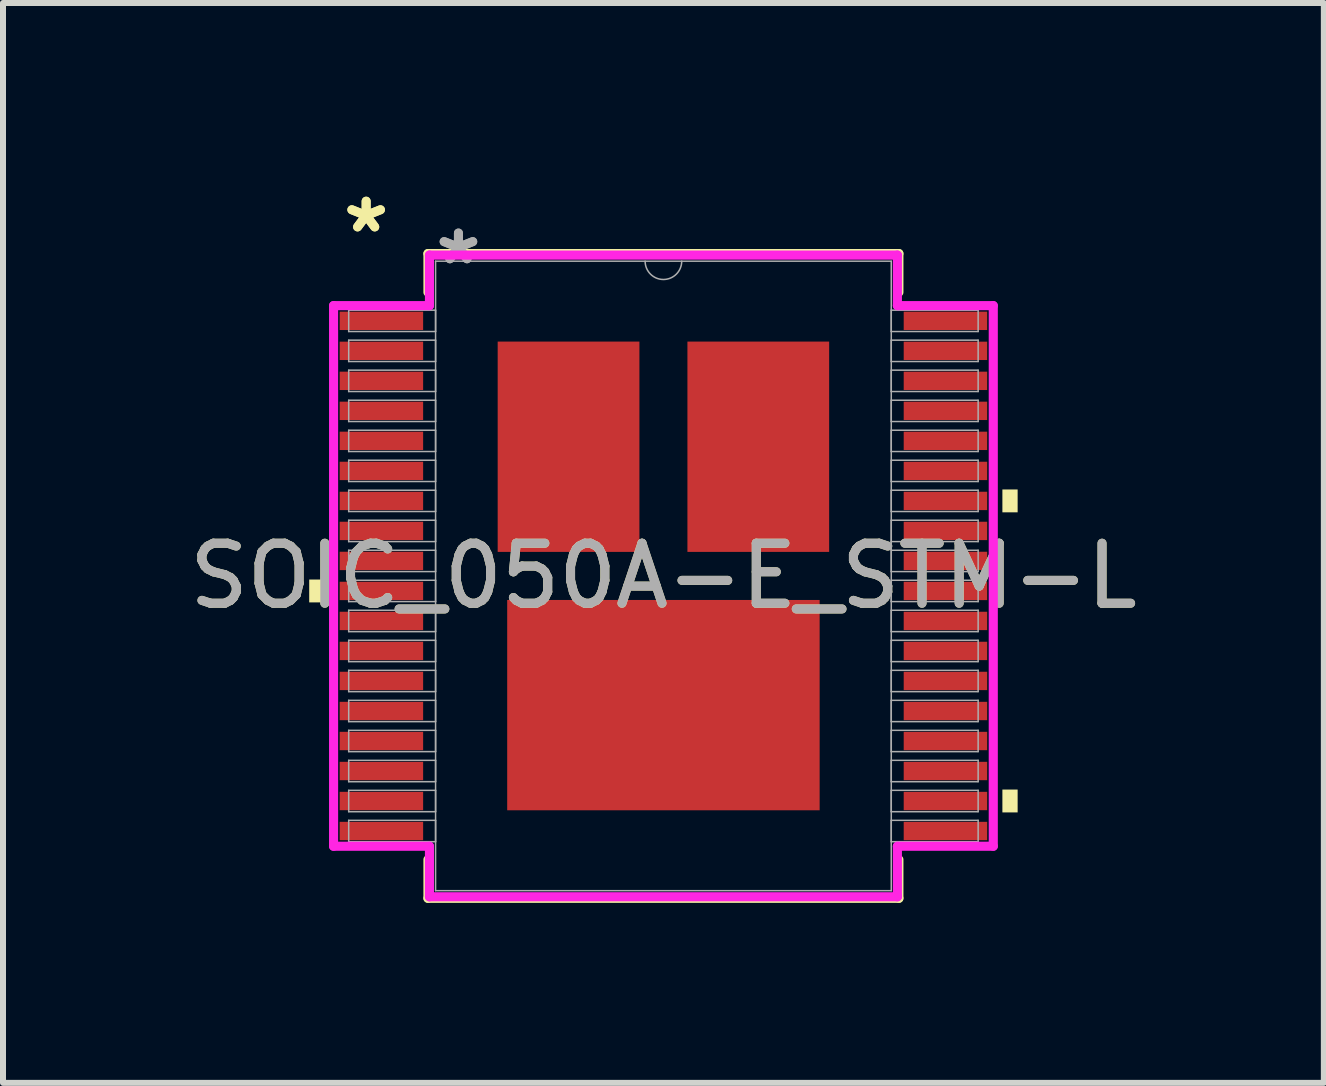
<source format=kicad_pcb>
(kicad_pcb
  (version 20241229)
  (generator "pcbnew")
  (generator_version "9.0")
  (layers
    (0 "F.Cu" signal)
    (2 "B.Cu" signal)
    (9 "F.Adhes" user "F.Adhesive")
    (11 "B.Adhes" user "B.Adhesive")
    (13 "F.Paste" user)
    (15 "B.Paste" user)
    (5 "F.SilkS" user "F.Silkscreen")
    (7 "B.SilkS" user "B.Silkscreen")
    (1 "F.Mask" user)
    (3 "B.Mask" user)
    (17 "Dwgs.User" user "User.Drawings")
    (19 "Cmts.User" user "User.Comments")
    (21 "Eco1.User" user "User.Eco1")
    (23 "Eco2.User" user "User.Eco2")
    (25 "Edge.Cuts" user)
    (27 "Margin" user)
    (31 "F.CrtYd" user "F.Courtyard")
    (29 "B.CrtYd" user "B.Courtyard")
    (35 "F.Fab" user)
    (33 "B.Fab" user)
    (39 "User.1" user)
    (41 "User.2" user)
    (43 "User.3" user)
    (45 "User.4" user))
  (footprint "SOIC_050A-E_STM-L"
    (layer "F.Cu")
    (at 8.006 6.548)
    (property "Reference" "SOIC_050A-E_STM-L" (at 0 0 0) (unlocked yes) (layer "F.SilkS") (effects (font (size 1 1) (thickness 0.15))))
    (attr smd)
    (fp_line (start -3.924 -5.372) (end -3.924 -4.727) (stroke (width 0.152) (type solid)) (layer "F.SilkS"))
    (fp_line (start -3.924 4.727) (end -3.924 5.372) (stroke (width 0.152) (type solid)) (layer "F.SilkS"))
    (fp_line (start -3.924 5.372) (end 3.924 5.372) (stroke (width 0.152) (type solid)) (layer "F.SilkS"))
    (fp_line (start 3.924 -5.372) (end -3.924 -5.372) (stroke (width 0.152) (type solid)) (layer "F.SilkS"))
    (fp_line (start 3.924 -4.727) (end 3.924 -5.372) (stroke (width 0.152) (type solid)) (layer "F.SilkS"))
    (fp_line (start 3.924 5.372) (end 3.924 4.727) (stroke (width 0.152) (type solid)) (layer "F.SilkS"))
    (fp_poly (pts (xy -5.903 0.06) (xy -5.903 0.441) (xy -5.649 0.441) (xy -5.649 0.06)) (stroke (width 0) (type solid)) (fill yes) (layer "F.SilkS"))
    (fp_poly (pts (xy 5.903 -1.441) (xy 5.903 -1.06) (xy 5.649 -1.06) (xy 5.649 -1.441)) (stroke (width 0) (type solid)) (fill yes) (layer "F.SilkS"))
    (fp_poly (pts (xy 5.903 3.56) (xy 5.903 3.941) (xy 5.649 3.941) (xy 5.649 3.56)) (stroke (width 0) (type solid)) (fill yes) (layer "F.SilkS"))
    (fp_line (start -5.497 -4.505) (end -3.899 -4.505) (stroke (width 0.152) (type solid)) (layer "F.CrtYd"))
    (fp_line (start -5.497 4.505) (end -5.497 -4.505) (stroke (width 0.152) (type solid)) (layer "F.CrtYd"))
    (fp_line (start -5.497 4.505) (end -3.899 4.505) (stroke (width 0.152) (type solid)) (layer "F.CrtYd"))
    (fp_line (start -3.899 -5.347) (end 3.899 -5.347) (stroke (width 0.152) (type solid)) (layer "F.CrtYd"))
    (fp_line (start -3.899 -4.505) (end -3.899 -5.347) (stroke (width 0.152) (type solid)) (layer "F.CrtYd"))
    (fp_line (start -3.899 5.347) (end -3.899 4.505) (stroke (width 0.152) (type solid)) (layer "F.CrtYd"))
    (fp_line (start 3.899 -5.347) (end 3.899 -4.505) (stroke (width 0.152) (type solid)) (layer "F.CrtYd"))
    (fp_line (start 3.899 4.505) (end 3.899 5.347) (stroke (width 0.152) (type solid)) (layer "F.CrtYd"))
    (fp_line (start 3.899 5.347) (end -3.899 5.347) (stroke (width 0.152) (type solid)) (layer "F.CrtYd"))
    (fp_line (start 5.497 -4.505) (end 3.899 -4.505) (stroke (width 0.152) (type solid)) (layer "F.CrtYd"))
    (fp_line (start 5.497 -4.505) (end 5.497 4.505) (stroke (width 0.152) (type solid)) (layer "F.CrtYd"))
    (fp_line (start 5.497 4.505) (end 3.899 4.505) (stroke (width 0.152) (type solid)) (layer "F.CrtYd"))
    (fp_line (start -5.245 -4.429) (end -5.245 -4.073) (stroke (width 0.025) (type solid)) (layer "F.Fab"))
    (fp_line (start -5.245 -4.073) (end -3.797 -4.073) (stroke (width 0.025) (type solid)) (layer "F.Fab"))
    (fp_line (start -5.245 -3.929) (end -5.245 -3.573) (stroke (width 0.025) (type solid)) (layer "F.Fab"))
    (fp_line (start -5.245 -3.573) (end -3.797 -3.573) (stroke (width 0.025) (type solid)) (layer "F.Fab"))
    (fp_line (start -5.245 -3.429) (end -5.245 -3.073) (stroke (width 0.025) (type solid)) (layer "F.Fab"))
    (fp_line (start -5.245 -3.073) (end -3.797 -3.073) (stroke (width 0.025) (type solid)) (layer "F.Fab"))
    (fp_line (start -5.245 -2.928) (end -5.245 -2.573) (stroke (width 0.025) (type solid)) (layer "F.Fab"))
    (fp_line (start -5.245 -2.573) (end -3.797 -2.573) (stroke (width 0.025) (type solid)) (layer "F.Fab"))
    (fp_line (start -5.245 -2.428) (end -5.245 -2.073) (stroke (width 0.025) (type solid)) (layer "F.Fab"))
    (fp_line (start -5.245 -2.073) (end -3.797 -2.073) (stroke (width 0.025) (type solid)) (layer "F.Fab"))
    (fp_line (start -5.245 -1.928) (end -5.245 -1.573) (stroke (width 0.025) (type solid)) (layer "F.Fab"))
    (fp_line (start -5.245 -1.573) (end -3.797 -1.573) (stroke (width 0.025) (type solid)) (layer "F.Fab"))
    (fp_line (start -5.245 -1.428) (end -5.245 -1.073) (stroke (width 0.025) (type solid)) (layer "F.Fab"))
    (fp_line (start -5.245 -1.073) (end -3.797 -1.073) (stroke (width 0.025) (type solid)) (layer "F.Fab"))
    (fp_line (start -5.245 -0.928) (end -5.245 -0.572) (stroke (width 0.025) (type solid)) (layer "F.Fab"))
    (fp_line (start -5.245 -0.572) (end -3.797 -0.572) (stroke (width 0.025) (type solid)) (layer "F.Fab"))
    (fp_line (start -5.245 -0.428) (end -5.245 -0.072) (stroke (width 0.025) (type solid)) (layer "F.Fab"))
    (fp_line (start -5.245 -0.072) (end -3.797 -0.072) (stroke (width 0.025) (type solid)) (layer "F.Fab"))
    (fp_line (start -5.245 0.072) (end -5.245 0.428) (stroke (width 0.025) (type solid)) (layer "F.Fab"))
    (fp_line (start -5.245 0.428) (end -3.797 0.428) (stroke (width 0.025) (type solid)) (layer "F.Fab"))
    (fp_line (start -5.245 0.572) (end -5.245 0.928) (stroke (width 0.025) (type solid)) (layer "F.Fab"))
    (fp_line (start -5.245 0.928) (end -3.797 0.928) (stroke (width 0.025) (type solid)) (layer "F.Fab"))
    (fp_line (start -5.245 1.073) (end -5.245 1.428) (stroke (width 0.025) (type solid)) (layer "F.Fab"))
    (fp_line (start -5.245 1.428) (end -3.797 1.428) (stroke (width 0.025) (type solid)) (layer "F.Fab"))
    (fp_line (start -5.245 1.573) (end -5.245 1.928) (stroke (width 0.025) (type solid)) (layer "F.Fab"))
    (fp_line (start -5.245 1.928) (end -3.797 1.928) (stroke (width 0.025) (type solid)) (layer "F.Fab"))
    (fp_line (start -5.245 2.073) (end -5.245 2.428) (stroke (width 0.025) (type solid)) (layer "F.Fab"))
    (fp_line (start -5.245 2.428) (end -3.797 2.428) (stroke (width 0.025) (type solid)) (layer "F.Fab"))
    (fp_line (start -5.245 2.573) (end -5.245 2.928) (stroke (width 0.025) (type solid)) (layer "F.Fab"))
    (fp_line (start -5.245 2.928) (end -3.797 2.928) (stroke (width 0.025) (type solid)) (layer "F.Fab"))
    (fp_line (start -5.245 3.073) (end -5.245 3.429) (stroke (width 0.025) (type solid)) (layer "F.Fab"))
    (fp_line (start -5.245 3.429) (end -3.797 3.429) (stroke (width 0.025) (type solid)) (layer "F.Fab"))
    (fp_line (start -5.245 3.573) (end -5.245 3.929) (stroke (width 0.025) (type solid)) (layer "F.Fab"))
    (fp_line (start -5.245 3.929) (end -3.797 3.929) (stroke (width 0.025) (type solid)) (layer "F.Fab"))
    (fp_line (start -5.245 4.073) (end -5.245 4.429) (stroke (width 0.025) (type solid)) (layer "F.Fab"))
    (fp_line (start -5.245 4.429) (end -3.797 4.429) (stroke (width 0.025) (type solid)) (layer "F.Fab"))
    (fp_line (start -3.797 -5.245) (end -3.797 5.245) (stroke (width 0.025) (type solid)) (layer "F.Fab"))
    (fp_line (start -3.797 -4.429) (end -5.245 -4.429) (stroke (width 0.025) (type solid)) (layer "F.Fab"))
    (fp_line (start -3.797 -4.073) (end -3.797 -4.429) (stroke (width 0.025) (type solid)) (layer "F.Fab"))
    (fp_line (start -3.797 -3.929) (end -5.245 -3.929) (stroke (width 0.025) (type solid)) (layer "F.Fab"))
    (fp_line (start -3.797 -3.573) (end -3.797 -3.929) (stroke (width 0.025) (type solid)) (layer "F.Fab"))
    (fp_line (start -3.797 -3.429) (end -5.245 -3.429) (stroke (width 0.025) (type solid)) (layer "F.Fab"))
    (fp_line (start -3.797 -3.073) (end -3.797 -3.429) (stroke (width 0.025) (type solid)) (layer "F.Fab"))
    (fp_line (start -3.797 -2.928) (end -5.245 -2.928) (stroke (width 0.025) (type solid)) (layer "F.Fab"))
    (fp_line (start -3.797 -2.573) (end -3.797 -2.928) (stroke (width 0.025) (type solid)) (layer "F.Fab"))
    (fp_line (start -3.797 -2.428) (end -5.245 -2.428) (stroke (width 0.025) (type solid)) (layer "F.Fab"))
    (fp_line (start -3.797 -2.073) (end -3.797 -2.428) (stroke (width 0.025) (type solid)) (layer "F.Fab"))
    (fp_line (start -3.797 -1.928) (end -5.245 -1.928) (stroke (width 0.025) (type solid)) (layer "F.Fab"))
    (fp_line (start -3.797 -1.573) (end -3.797 -1.928) (stroke (width 0.025) (type solid)) (layer "F.Fab"))
    (fp_line (start -3.797 -1.428) (end -5.245 -1.428) (stroke (width 0.025) (type solid)) (layer "F.Fab"))
    (fp_line (start -3.797 -1.073) (end -3.797 -1.428) (stroke (width 0.025) (type solid)) (layer "F.Fab"))
    (fp_line (start -3.797 -0.928) (end -5.245 -0.928) (stroke (width 0.025) (type solid)) (layer "F.Fab"))
    (fp_line (start -3.797 -0.572) (end -3.797 -0.928) (stroke (width 0.025) (type solid)) (layer "F.Fab"))
    (fp_line (start -3.797 -0.428) (end -5.245 -0.428) (stroke (width 0.025) (type solid)) (layer "F.Fab"))
    (fp_line (start -3.797 -0.072) (end -3.797 -0.428) (stroke (width 0.025) (type solid)) (layer "F.Fab"))
    (fp_line (start -3.797 0.072) (end -5.245 0.072) (stroke (width 0.025) (type solid)) (layer "F.Fab"))
    (fp_line (start -3.797 0.428) (end -3.797 0.072) (stroke (width 0.025) (type solid)) (layer "F.Fab"))
    (fp_line (start -3.797 0.572) (end -5.245 0.572) (stroke (width 0.025) (type solid)) (layer "F.Fab"))
    (fp_line (start -3.797 0.928) (end -3.797 0.572) (stroke (width 0.025) (type solid)) (layer "F.Fab"))
    (fp_line (start -3.797 1.073) (end -5.245 1.073) (stroke (width 0.025) (type solid)) (layer "F.Fab"))
    (fp_line (start -3.797 1.428) (end -3.797 1.073) (stroke (width 0.025) (type solid)) (layer "F.Fab"))
    (fp_line (start -3.797 1.573) (end -5.245 1.573) (stroke (width 0.025) (type solid)) (layer "F.Fab"))
    (fp_line (start -3.797 1.928) (end -3.797 1.573) (stroke (width 0.025) (type solid)) (layer "F.Fab"))
    (fp_line (start -3.797 2.073) (end -5.245 2.073) (stroke (width 0.025) (type solid)) (layer "F.Fab"))
    (fp_line (start -3.797 2.428) (end -3.797 2.073) (stroke (width 0.025) (type solid)) (layer "F.Fab"))
    (fp_line (start -3.797 2.573) (end -5.245 2.573) (stroke (width 0.025) (type solid)) (layer "F.Fab"))
    (fp_line (start -3.797 2.928) (end -3.797 2.573) (stroke (width 0.025) (type solid)) (layer "F.Fab"))
    (fp_line (start -3.797 3.073) (end -5.245 3.073) (stroke (width 0.025) (type solid)) (layer "F.Fab"))
    (fp_line (start -3.797 3.429) (end -3.797 3.073) (stroke (width 0.025) (type solid)) (layer "F.Fab"))
    (fp_line (start -3.797 3.573) (end -5.245 3.573) (stroke (width 0.025) (type solid)) (layer "F.Fab"))
    (fp_line (start -3.797 3.929) (end -3.797 3.573) (stroke (width 0.025) (type solid)) (layer "F.Fab"))
    (fp_line (start -3.797 4.073) (end -5.245 4.073) (stroke (width 0.025) (type solid)) (layer "F.Fab"))
    (fp_line (start -3.797 4.429) (end -3.797 4.073) (stroke (width 0.025) (type solid)) (layer "F.Fab"))
    (fp_line (start -3.797 5.245) (end 3.797 5.245) (stroke (width 0.025) (type solid)) (layer "F.Fab"))
    (fp_line (start 3.797 -5.245) (end -3.797 -5.245) (stroke (width 0.025) (type solid)) (layer "F.Fab"))
    (fp_line (start 3.797 -4.429) (end 3.797 -4.073) (stroke (width 0.025) (type solid)) (layer "F.Fab"))
    (fp_line (start 3.797 -4.073) (end 5.245 -4.073) (stroke (width 0.025) (type solid)) (layer "F.Fab"))
    (fp_line (start 3.797 -3.929) (end 3.797 -3.573) (stroke (width 0.025) (type solid)) (layer "F.Fab"))
    (fp_line (start 3.797 -3.573) (end 5.245 -3.573) (stroke (width 0.025) (type solid)) (layer "F.Fab"))
    (fp_line (start 3.797 -3.429) (end 3.797 -3.073) (stroke (width 0.025) (type solid)) (layer "F.Fab"))
    (fp_line (start 3.797 -3.073) (end 5.245 -3.073) (stroke (width 0.025) (type solid)) (layer "F.Fab"))
    (fp_line (start 3.797 -2.928) (end 3.797 -2.573) (stroke (width 0.025) (type solid)) (layer "F.Fab"))
    (fp_line (start 3.797 -2.573) (end 5.245 -2.573) (stroke (width 0.025) (type solid)) (layer "F.Fab"))
    (fp_line (start 3.797 -2.428) (end 3.797 -2.073) (stroke (width 0.025) (type solid)) (layer "F.Fab"))
    (fp_line (start 3.797 -2.073) (end 5.245 -2.073) (stroke (width 0.025) (type solid)) (layer "F.Fab"))
    (fp_line (start 3.797 -1.928) (end 3.797 -1.573) (stroke (width 0.025) (type solid)) (layer "F.Fab"))
    (fp_line (start 3.797 -1.573) (end 5.245 -1.573) (stroke (width 0.025) (type solid)) (layer "F.Fab"))
    (fp_line (start 3.797 -1.428) (end 3.797 -1.073) (stroke (width 0.025) (type solid)) (layer "F.Fab"))
    (fp_line (start 3.797 -1.073) (end 5.245 -1.073) (stroke (width 0.025) (type solid)) (layer "F.Fab"))
    (fp_line (start 3.797 -0.928) (end 3.797 -0.572) (stroke (width 0.025) (type solid)) (layer "F.Fab"))
    (fp_line (start 3.797 -0.572) (end 5.245 -0.572) (stroke (width 0.025) (type solid)) (layer "F.Fab"))
    (fp_line (start 3.797 -0.428) (end 3.797 -0.072) (stroke (width 0.025) (type solid)) (layer "F.Fab"))
    (fp_line (start 3.797 -0.072) (end 5.245 -0.072) (stroke (width 0.025) (type solid)) (layer "F.Fab"))
    (fp_line (start 3.797 0.072) (end 3.797 0.428) (stroke (width 0.025) (type solid)) (layer "F.Fab"))
    (fp_line (start 3.797 0.428) (end 5.245 0.428) (stroke (width 0.025) (type solid)) (layer "F.Fab"))
    (fp_line (start 3.797 0.572) (end 3.797 0.928) (stroke (width 0.025) (type solid)) (layer "F.Fab"))
    (fp_line (start 3.797 0.928) (end 5.245 0.928) (stroke (width 0.025) (type solid)) (layer "F.Fab"))
    (fp_line (start 3.797 1.073) (end 3.797 1.428) (stroke (width 0.025) (type solid)) (layer "F.Fab"))
    (fp_line (start 3.797 1.428) (end 5.245 1.428) (stroke (width 0.025) (type solid)) (layer "F.Fab"))
    (fp_line (start 3.797 1.573) (end 3.797 1.928) (stroke (width 0.025) (type solid)) (layer "F.Fab"))
    (fp_line (start 3.797 1.928) (end 5.245 1.928) (stroke (width 0.025) (type solid)) (layer "F.Fab"))
    (fp_line (start 3.797 2.073) (end 3.797 2.428) (stroke (width 0.025) (type solid)) (layer "F.Fab"))
    (fp_line (start 3.797 2.428) (end 5.245 2.428) (stroke (width 0.025) (type solid)) (layer "F.Fab"))
    (fp_line (start 3.797 2.573) (end 3.797 2.928) (stroke (width 0.025) (type solid)) (layer "F.Fab"))
    (fp_line (start 3.797 2.928) (end 5.245 2.928) (stroke (width 0.025) (type solid)) (layer "F.Fab"))
    (fp_line (start 3.797 3.073) (end 3.797 3.429) (stroke (width 0.025) (type solid)) (layer "F.Fab"))
    (fp_line (start 3.797 3.429) (end 5.245 3.429) (stroke (width 0.025) (type solid)) (layer "F.Fab"))
    (fp_line (start 3.797 3.573) (end 3.797 3.929) (stroke (width 0.025) (type solid)) (layer "F.Fab"))
    (fp_line (start 3.797 3.929) (end 5.245 3.929) (stroke (width 0.025) (type solid)) (layer "F.Fab"))
    (fp_line (start 3.797 4.073) (end 3.797 4.429) (stroke (width 0.025) (type solid)) (layer "F.Fab"))
    (fp_line (start 3.797 4.429) (end 5.245 4.429) (stroke (width 0.025) (type solid)) (layer "F.Fab"))
    (fp_line (start 3.797 5.245) (end 3.797 -5.245) (stroke (width 0.025) (type solid)) (layer "F.Fab"))
    (fp_line (start 5.245 -4.429) (end 3.797 -4.429) (stroke (width 0.025) (type solid)) (layer "F.Fab"))
    (fp_line (start 5.245 -4.073) (end 5.245 -4.429) (stroke (width 0.025) (type solid)) (layer "F.Fab"))
    (fp_line (start 5.245 -3.929) (end 3.797 -3.929) (stroke (width 0.025) (type solid)) (layer "F.Fab"))
    (fp_line (start 5.245 -3.573) (end 5.245 -3.929) (stroke (width 0.025) (type solid)) (layer "F.Fab"))
    (fp_line (start 5.245 -3.429) (end 3.797 -3.429) (stroke (width 0.025) (type solid)) (layer "F.Fab"))
    (fp_line (start 5.245 -3.073) (end 5.245 -3.429) (stroke (width 0.025) (type solid)) (layer "F.Fab"))
    (fp_line (start 5.245 -2.928) (end 3.797 -2.928) (stroke (width 0.025) (type solid)) (layer "F.Fab"))
    (fp_line (start 5.245 -2.573) (end 5.245 -2.928) (stroke (width 0.025) (type solid)) (layer "F.Fab"))
    (fp_line (start 5.245 -2.428) (end 3.797 -2.428) (stroke (width 0.025) (type solid)) (layer "F.Fab"))
    (fp_line (start 5.245 -2.073) (end 5.245 -2.428) (stroke (width 0.025) (type solid)) (layer "F.Fab"))
    (fp_line (start 5.245 -1.928) (end 3.797 -1.928) (stroke (width 0.025) (type solid)) (layer "F.Fab"))
    (fp_line (start 5.245 -1.573) (end 5.245 -1.928) (stroke (width 0.025) (type solid)) (layer "F.Fab"))
    (fp_line (start 5.245 -1.428) (end 3.797 -1.428) (stroke (width 0.025) (type solid)) (layer "F.Fab"))
    (fp_line (start 5.245 -1.073) (end 5.245 -1.428) (stroke (width 0.025) (type solid)) (layer "F.Fab"))
    (fp_line (start 5.245 -0.928) (end 3.797 -0.928) (stroke (width 0.025) (type solid)) (layer "F.Fab"))
    (fp_line (start 5.245 -0.572) (end 5.245 -0.928) (stroke (width 0.025) (type solid)) (layer "F.Fab"))
    (fp_line (start 5.245 -0.428) (end 3.797 -0.428) (stroke (width 0.025) (type solid)) (layer "F.Fab"))
    (fp_line (start 5.245 -0.072) (end 5.245 -0.428) (stroke (width 0.025) (type solid)) (layer "F.Fab"))
    (fp_line (start 5.245 0.072) (end 3.797 0.072) (stroke (width 0.025) (type solid)) (layer "F.Fab"))
    (fp_line (start 5.245 0.428) (end 5.245 0.072) (stroke (width 0.025) (type solid)) (layer "F.Fab"))
    (fp_line (start 5.245 0.572) (end 3.797 0.572) (stroke (width 0.025) (type solid)) (layer "F.Fab"))
    (fp_line (start 5.245 0.928) (end 5.245 0.572) (stroke (width 0.025) (type solid)) (layer "F.Fab"))
    (fp_line (start 5.245 1.073) (end 3.797 1.073) (stroke (width 0.025) (type solid)) (layer "F.Fab"))
    (fp_line (start 5.245 1.428) (end 5.245 1.073) (stroke (width 0.025) (type solid)) (layer "F.Fab"))
    (fp_line (start 5.245 1.573) (end 3.797 1.573) (stroke (width 0.025) (type solid)) (layer "F.Fab"))
    (fp_line (start 5.245 1.928) (end 5.245 1.573) (stroke (width 0.025) (type solid)) (layer "F.Fab"))
    (fp_line (start 5.245 2.073) (end 3.797 2.073) (stroke (width 0.025) (type solid)) (layer "F.Fab"))
    (fp_line (start 5.245 2.428) (end 5.245 2.073) (stroke (width 0.025) (type solid)) (layer "F.Fab"))
    (fp_line (start 5.245 2.573) (end 3.797 2.573) (stroke (width 0.025) (type solid)) (layer "F.Fab"))
    (fp_line (start 5.245 2.928) (end 5.245 2.573) (stroke (width 0.025) (type solid)) (layer "F.Fab"))
    (fp_line (start 5.245 3.073) (end 3.797 3.073) (stroke (width 0.025) (type solid)) (layer "F.Fab"))
    (fp_line (start 5.245 3.429) (end 5.245 3.073) (stroke (width 0.025) (type solid)) (layer "F.Fab"))
    (fp_line (start 5.245 3.573) (end 3.797 3.573) (stroke (width 0.025) (type solid)) (layer "F.Fab"))
    (fp_line (start 5.245 3.929) (end 5.245 3.573) (stroke (width 0.025) (type solid)) (layer "F.Fab"))
    (fp_line (start 5.245 4.073) (end 3.797 4.073) (stroke (width 0.025) (type solid)) (layer "F.Fab"))
    (fp_line (start 5.245 4.429) (end 5.245 4.073) (stroke (width 0.025) (type solid)) (layer "F.Fab"))
    (fp_arc (start 0.3048 -5.2451) (mid 0 -4.9403) (end -0.3048 -5.2451) (stroke (width 0.0254) (type solid)) (layer "F.Fab"))
    (fp_text user "*" (at -4.954 -5.7 0) (unlocked yes) (layer "F.SilkS") (effects (font (size 1 1) (thickness 0.15))))
    (fp_text user "*" (at -4.954 -5.7 0) (layer "F.SilkS") (effects (font (size 1 1) (thickness 0.15))))
    (fp_text user "${REFERENCE}" (at 0 0 0) (unlocked yes) (layer "F.Fab") (effects (font (size 1 1) (thickness 0.15))))
    (fp_text user "*" (at -3.416 -5.169 0) (layer "F.Fab") (effects (font (size 1 1) (thickness 0.15))))
    (fp_text user "*" (at -3.416 -5.169 0) (unlocked yes) (layer "F.Fab") (effects (font (size 1 1) (thickness 0.15))))
    (pad "1" smd rect (at -4.7 -4.251) (size 1.391 0.306) (layers "F.Cu" "F.Mask" "F.Paste"))
    (pad "2" smd rect (at -4.7 -3.751) (size 1.391 0.306) (layers "F.Cu" "F.Mask" "F.Paste"))
    (pad "3" smd rect (at -4.7 -3.251) (size 1.391 0.306) (layers "F.Cu" "F.Mask" "F.Paste"))
    (pad "4" smd rect (at -4.7 -2.751) (size 1.391 0.306) (layers "F.Cu" "F.Mask" "F.Paste"))
    (pad "5" smd rect (at -4.7 -2.251) (size 1.391 0.306) (layers "F.Cu" "F.Mask" "F.Paste"))
    (pad "6" smd rect (at -4.7 -1.75) (size 1.391 0.306) (layers "F.Cu" "F.Mask" "F.Paste"))
    (pad "7" smd rect (at -4.7 -1.25) (size 1.391 0.306) (layers "F.Cu" "F.Mask" "F.Paste"))
    (pad "8" smd rect (at -4.7 -0.75) (size 1.391 0.306) (layers "F.Cu" "F.Mask" "F.Paste"))
    (pad "9" smd rect (at -4.7 -0.25) (size 1.391 0.306) (layers "F.Cu" "F.Mask" "F.Paste"))
    (pad "10" smd rect (at -4.7 0.25) (size 1.391 0.306) (layers "F.Cu" "F.Mask" "F.Paste"))
    (pad "11" smd rect (at -4.7 0.75) (size 1.391 0.306) (layers "F.Cu" "F.Mask" "F.Paste"))
    (pad "12" smd rect (at -4.7 1.25) (size 1.391 0.306) (layers "F.Cu" "F.Mask" "F.Paste"))
    (pad "13" smd rect (at -4.7 1.75) (size 1.391 0.306) (layers "F.Cu" "F.Mask" "F.Paste"))
    (pad "14" smd rect (at -4.7 2.251) (size 1.391 0.306) (layers "F.Cu" "F.Mask" "F.Paste"))
    (pad "15" smd rect (at -4.7 2.751) (size 1.391 0.306) (layers "F.Cu" "F.Mask" "F.Paste"))
    (pad "16" smd rect (at -4.7 3.251) (size 1.391 0.306) (layers "F.Cu" "F.Mask" "F.Paste"))
    (pad "17" smd rect (at -4.7 3.751) (size 1.391 0.306) (layers "F.Cu" "F.Mask" "F.Paste"))
    (pad "18" smd rect (at -4.7 4.251) (size 1.391 0.306) (layers "F.Cu" "F.Mask" "F.Paste"))
    (pad "19" smd rect (at 4.7 4.251) (size 1.391 0.306) (layers "F.Cu" "F.Mask" "F.Paste"))
    (pad "20" smd rect (at 4.7 3.751) (size 1.391 0.306) (layers "F.Cu" "F.Mask" "F.Paste"))
    (pad "21" smd rect (at 4.7 3.251) (size 1.391 0.306) (layers "F.Cu" "F.Mask" "F.Paste"))
    (pad "22" smd rect (at 4.7 2.751) (size 1.391 0.306) (layers "F.Cu" "F.Mask" "F.Paste"))
    (pad "23" smd rect (at 4.7 2.251) (size 1.391 0.306) (layers "F.Cu" "F.Mask" "F.Paste"))
    (pad "24" smd rect (at 4.7 1.75) (size 1.391 0.306) (layers "F.Cu" "F.Mask" "F.Paste"))
    (pad "25" smd rect (at 4.7 1.25) (size 1.391 0.306) (layers "F.Cu" "F.Mask" "F.Paste"))
    (pad "26" smd rect (at 4.7 0.75) (size 1.391 0.306) (layers "F.Cu" "F.Mask" "F.Paste"))
    (pad "27" smd rect (at 4.7 0.25) (size 1.391 0.306) (layers "F.Cu" "F.Mask" "F.Paste"))
    (pad "28" smd rect (at 4.7 -0.25) (size 1.391 0.306) (layers "F.Cu" "F.Mask" "F.Paste"))
    (pad "29" smd rect (at 4.7 -0.75) (size 1.391 0.306) (layers "F.Cu" "F.Mask" "F.Paste"))
    (pad "30" smd rect (at 4.7 -1.25) (size 1.391 0.306) (layers "F.Cu" "F.Mask" "F.Paste"))
    (pad "31" smd rect (at 4.7 -1.75) (size 1.391 0.306) (layers "F.Cu" "F.Mask" "F.Paste"))
    (pad "32" smd rect (at 4.7 -2.251) (size 1.391 0.306) (layers "F.Cu" "F.Mask" "F.Paste"))
    (pad "33" smd rect (at 4.7 -2.751) (size 1.391 0.306) (layers "F.Cu" "F.Mask" "F.Paste"))
    (pad "34" smd rect (at 4.7 -3.251) (size 1.391 0.306) (layers "F.Cu" "F.Mask" "F.Paste"))
    (pad "35" smd rect (at 4.7 -3.751) (size 1.391 0.306) (layers "F.Cu" "F.Mask" "F.Paste"))
    (pad "36" smd rect (at 4.7 -4.251) (size 1.391 0.306) (layers "F.Cu" "F.Mask" "F.Paste"))
    (pad "37" smd rect (at 0 2.153) (size 5.207 3.505) (layers "F.Cu" "F.Mask" "F.Paste"))
    (pad "38" smd rect (at -1.581 -2.153) (size 2.362 3.505) (layers "F.Cu" "F.Mask" "F.Paste"))
    (pad "39" smd rect (at 1.581 -2.153) (size 2.362 3.505) (layers "F.Cu" "F.Mask" "F.Paste")))
  (gr_rect
    (start -3 -3)
    (end 19.012 14.996)
    (stroke (width 0.1) (type default))
    (fill no)
    (layer "Edge.Cuts")))
</source>
